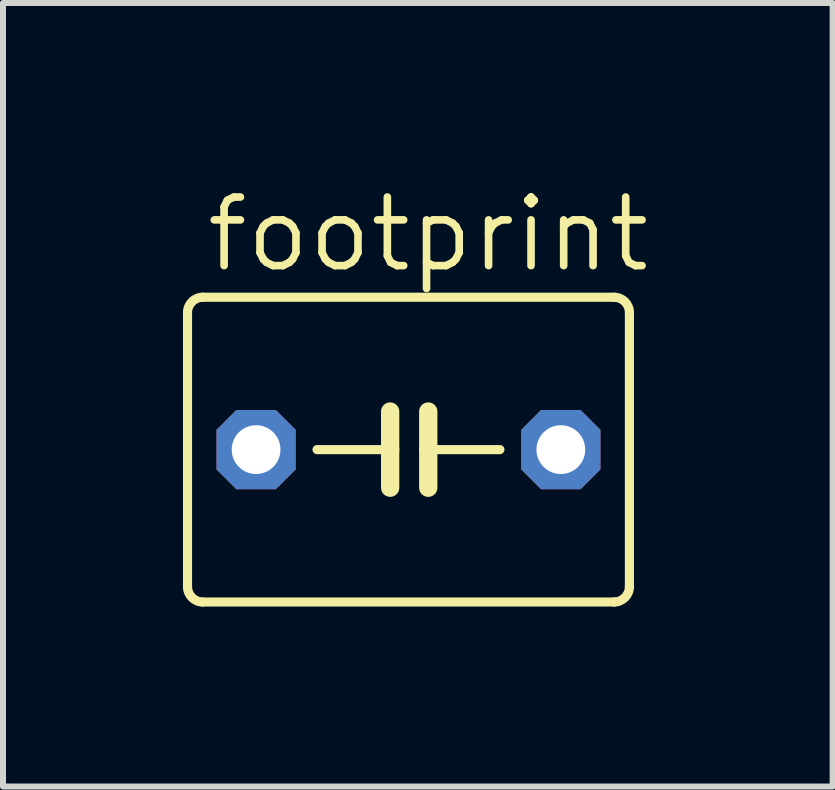
<source format=kicad_pcb>
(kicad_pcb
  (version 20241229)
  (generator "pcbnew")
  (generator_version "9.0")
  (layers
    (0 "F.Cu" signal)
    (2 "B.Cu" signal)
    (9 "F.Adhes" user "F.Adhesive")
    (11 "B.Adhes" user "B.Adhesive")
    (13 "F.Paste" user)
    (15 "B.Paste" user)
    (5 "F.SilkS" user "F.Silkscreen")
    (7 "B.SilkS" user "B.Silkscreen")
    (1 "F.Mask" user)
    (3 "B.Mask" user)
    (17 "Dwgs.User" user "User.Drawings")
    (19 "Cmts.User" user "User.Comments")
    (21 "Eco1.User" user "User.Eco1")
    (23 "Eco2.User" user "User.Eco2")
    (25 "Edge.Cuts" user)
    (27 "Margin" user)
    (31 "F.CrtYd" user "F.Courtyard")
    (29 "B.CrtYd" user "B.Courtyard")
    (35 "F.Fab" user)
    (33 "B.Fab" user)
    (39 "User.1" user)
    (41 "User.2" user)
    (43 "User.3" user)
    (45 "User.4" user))
  (footprint "footprint"
    (layer "F.Cu")
    (at 3.759 4.445)
    (property "Reference" "footprint" (at -3.429 -2.921 0) (layer "F.SilkS") (effects (font (size 1.143 1.143) (thickness 0.127)) (justify left bottom)))
    (fp_line (start -3.683 -2.286) (end -3.683 2.286) (stroke (width 0.152) (type solid)) (layer "F.SilkS"))
    (fp_line (start -3.429 2.54) (end 3.429 2.54) (stroke (width 0.152) (type solid)) (layer "F.SilkS"))
    (fp_line (start -0.305 -0.635) (end -0.305 0) (stroke (width 0.305) (type solid)) (layer "F.SilkS"))
    (fp_line (start -0.305 0) (end -1.524 0) (stroke (width 0.152) (type solid)) (layer "F.SilkS"))
    (fp_line (start -0.305 0) (end -0.305 0.635) (stroke (width 0.305) (type solid)) (layer "F.SilkS"))
    (fp_line (start 0.33 -0.635) (end 0.33 0) (stroke (width 0.305) (type solid)) (layer "F.SilkS"))
    (fp_line (start 0.33 0) (end 0.33 0.635) (stroke (width 0.305) (type solid)) (layer "F.SilkS"))
    (fp_line (start 0.33 0) (end 1.524 0) (stroke (width 0.152) (type solid)) (layer "F.SilkS"))
    (fp_line (start 3.429 -2.54) (end -3.429 -2.54) (stroke (width 0.152) (type solid)) (layer "F.SilkS"))
    (fp_line (start 3.683 2.286) (end 3.683 -2.286) (stroke (width 0.152) (type solid)) (layer "F.SilkS"))
    (fp_arc (start -3.683 -2.286) (mid -3.608605 -2.465605) (end -3.429 -2.54) (stroke (width 0.1524) (type solid)) (layer "F.SilkS"))
    (fp_arc (start -3.429 2.54) (mid -3.608605 2.465605) (end -3.683 2.286) (stroke (width 0.1524) (type solid)) (layer "F.SilkS"))
    (fp_arc (start 3.429 -2.54) (mid 3.608605 -2.465605) (end 3.683 -2.286) (stroke (width 0.1524) (type solid)) (layer "F.SilkS"))
    (fp_arc (start 3.683 2.286) (mid 3.608605 2.465605) (end 3.429 2.54) (stroke (width 0.1524) (type solid)) (layer "F.SilkS"))
    (pad "1" thru_hole roundrect (at -2.54 0) (size 1.321 1.321) (drill 0.813) (layers "*.Cu" "*.Mask") (roundrect_rratio 0.25) (chamfer_ratio 0.25) (chamfer top_left top_right bottom_left bottom_right))
    (pad "2" thru_hole roundrect (at 2.54 0) (size 1.321 1.321) (drill 0.813) (layers "*.Cu" "*.Mask") (roundrect_rratio 0.25) (chamfer_ratio 0.25) (chamfer top_left top_right bottom_left bottom_right)))
  (gr_rect
    (start -3 -3)
    (end 10.83 10.061)
    (stroke (width 0.1) (type default))
    (fill no)
    (layer "Edge.Cuts")))
</source>
